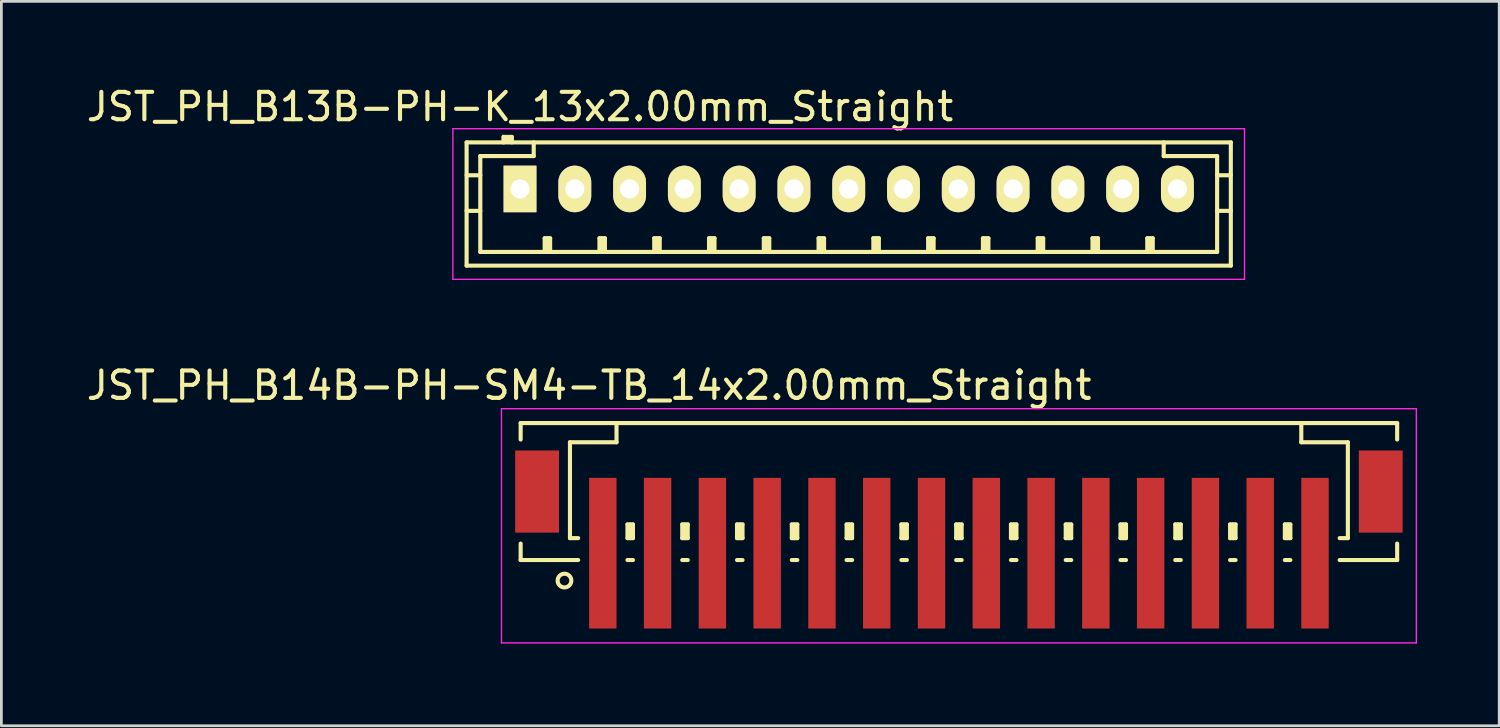
<source format=kicad_pcb>
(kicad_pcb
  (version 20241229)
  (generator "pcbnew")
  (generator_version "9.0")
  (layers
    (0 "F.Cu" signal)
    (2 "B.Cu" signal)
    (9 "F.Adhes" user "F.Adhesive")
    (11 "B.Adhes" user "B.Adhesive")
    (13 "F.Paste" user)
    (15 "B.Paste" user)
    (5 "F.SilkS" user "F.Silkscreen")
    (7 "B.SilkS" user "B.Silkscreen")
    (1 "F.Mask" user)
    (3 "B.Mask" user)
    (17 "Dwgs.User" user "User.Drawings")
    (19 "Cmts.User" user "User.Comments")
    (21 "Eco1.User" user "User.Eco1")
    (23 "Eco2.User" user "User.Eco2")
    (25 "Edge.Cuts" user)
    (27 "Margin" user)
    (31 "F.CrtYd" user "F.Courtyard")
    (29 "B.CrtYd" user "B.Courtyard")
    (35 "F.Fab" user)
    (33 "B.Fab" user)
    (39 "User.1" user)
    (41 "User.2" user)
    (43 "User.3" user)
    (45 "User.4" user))
  (footprint "JST_PH_B14B-PH-SM4-TB_14x2.00mm_Straight"
    (layer "F.Cu")
    (at 31.958 16.021)
    (property "Reference" "JST_PH_B14B-PH-SM4-TB_14x2.00mm_Straight" (at -13.5 -5 0) (layer "F.SilkS") (effects (font (size 1 1) (thickness 0.15))))
    (attr smd)
    (fp_line (start -16 -3.625) (end 16 -3.625) (stroke (width 0.15) (type solid)) (layer "F.SilkS"))
    (fp_line (start -16 -3.025) (end -16 -3.625) (stroke (width 0.15) (type solid)) (layer "F.SilkS"))
    (fp_line (start -16 0.775) (end -16 1.375) (stroke (width 0.15) (type solid)) (layer "F.SilkS"))
    (fp_line (start -16 1.375) (end -13.9 1.375) (stroke (width 0.15) (type solid)) (layer "F.SilkS"))
    (fp_line (start -14.2 -2.925) (end -14.2 0.575) (stroke (width 0.15) (type solid)) (layer "F.SilkS"))
    (fp_line (start -14.2 0.575) (end -13.9 0.575) (stroke (width 0.15) (type solid)) (layer "F.SilkS"))
    (fp_line (start -12.5 -3.625) (end -12.5 -2.925) (stroke (width 0.15) (type solid)) (layer "F.SilkS"))
    (fp_line (start -12.5 -2.925) (end -14.2 -2.925) (stroke (width 0.15) (type solid)) (layer "F.SilkS"))
    (fp_line (start -12.1 0.075) (end -11.9 0.075) (stroke (width 0.15) (type solid)) (layer "F.SilkS"))
    (fp_line (start -12.1 0.575) (end -12.1 0.075) (stroke (width 0.15) (type solid)) (layer "F.SilkS"))
    (fp_line (start -12.1 0.575) (end -11.9 0.575) (stroke (width 0.15) (type solid)) (layer "F.SilkS"))
    (fp_line (start -12.1 1.375) (end -11.9 1.375) (stroke (width 0.15) (type solid)) (layer "F.SilkS"))
    (fp_line (start -12 0.575) (end -12 0.075) (stroke (width 0.15) (type solid)) (layer "F.SilkS"))
    (fp_line (start -11.9 0.075) (end -11.9 0.575) (stroke (width 0.15) (type solid)) (layer "F.SilkS"))
    (fp_line (start -10.1 0.075) (end -9.9 0.075) (stroke (width 0.15) (type solid)) (layer "F.SilkS"))
    (fp_line (start -10.1 0.575) (end -10.1 0.075) (stroke (width 0.15) (type solid)) (layer "F.SilkS"))
    (fp_line (start -10.1 0.575) (end -9.9 0.575) (stroke (width 0.15) (type solid)) (layer "F.SilkS"))
    (fp_line (start -10.1 1.375) (end -9.9 1.375) (stroke (width 0.15) (type solid)) (layer "F.SilkS"))
    (fp_line (start -10 0.575) (end -10 0.075) (stroke (width 0.15) (type solid)) (layer "F.SilkS"))
    (fp_line (start -9.9 0.075) (end -9.9 0.575) (stroke (width 0.15) (type solid)) (layer "F.SilkS"))
    (fp_line (start -8.1 0.075) (end -7.9 0.075) (stroke (width 0.15) (type solid)) (layer "F.SilkS"))
    (fp_line (start -8.1 0.575) (end -8.1 0.075) (stroke (width 0.15) (type solid)) (layer "F.SilkS"))
    (fp_line (start -8.1 0.575) (end -7.9 0.575) (stroke (width 0.15) (type solid)) (layer "F.SilkS"))
    (fp_line (start -8.1 1.375) (end -7.9 1.375) (stroke (width 0.15) (type solid)) (layer "F.SilkS"))
    (fp_line (start -8 0.575) (end -8 0.075) (stroke (width 0.15) (type solid)) (layer "F.SilkS"))
    (fp_line (start -7.9 0.075) (end -7.9 0.575) (stroke (width 0.15) (type solid)) (layer "F.SilkS"))
    (fp_line (start -6.1 0.075) (end -5.9 0.075) (stroke (width 0.15) (type solid)) (layer "F.SilkS"))
    (fp_line (start -6.1 0.575) (end -6.1 0.075) (stroke (width 0.15) (type solid)) (layer "F.SilkS"))
    (fp_line (start -6.1 0.575) (end -5.9 0.575) (stroke (width 0.15) (type solid)) (layer "F.SilkS"))
    (fp_line (start -6.1 1.375) (end -5.9 1.375) (stroke (width 0.15) (type solid)) (layer "F.SilkS"))
    (fp_line (start -6 0.575) (end -6 0.075) (stroke (width 0.15) (type solid)) (layer "F.SilkS"))
    (fp_line (start -5.9 0.075) (end -5.9 0.575) (stroke (width 0.15) (type solid)) (layer "F.SilkS"))
    (fp_line (start -4.1 0.075) (end -3.9 0.075) (stroke (width 0.15) (type solid)) (layer "F.SilkS"))
    (fp_line (start -4.1 0.575) (end -4.1 0.075) (stroke (width 0.15) (type solid)) (layer "F.SilkS"))
    (fp_line (start -4.1 0.575) (end -3.9 0.575) (stroke (width 0.15) (type solid)) (layer "F.SilkS"))
    (fp_line (start -4.1 1.375) (end -3.9 1.375) (stroke (width 0.15) (type solid)) (layer "F.SilkS"))
    (fp_line (start -4 0.575) (end -4 0.075) (stroke (width 0.15) (type solid)) (layer "F.SilkS"))
    (fp_line (start -3.9 0.075) (end -3.9 0.575) (stroke (width 0.15) (type solid)) (layer "F.SilkS"))
    (fp_line (start -2.1 0.075) (end -1.9 0.075) (stroke (width 0.15) (type solid)) (layer "F.SilkS"))
    (fp_line (start -2.1 0.575) (end -2.1 0.075) (stroke (width 0.15) (type solid)) (layer "F.SilkS"))
    (fp_line (start -2.1 0.575) (end -1.9 0.575) (stroke (width 0.15) (type solid)) (layer "F.SilkS"))
    (fp_line (start -2.1 1.375) (end -1.9 1.375) (stroke (width 0.15) (type solid)) (layer "F.SilkS"))
    (fp_line (start -2 0.575) (end -2 0.075) (stroke (width 0.15) (type solid)) (layer "F.SilkS"))
    (fp_line (start -1.9 0.075) (end -1.9 0.575) (stroke (width 0.15) (type solid)) (layer "F.SilkS"))
    (fp_line (start -0.1 0.075) (end 0.1 0.075) (stroke (width 0.15) (type solid)) (layer "F.SilkS"))
    (fp_line (start -0.1 0.575) (end -0.1 0.075) (stroke (width 0.15) (type solid)) (layer "F.SilkS"))
    (fp_line (start -0.1 0.575) (end 0.1 0.575) (stroke (width 0.15) (type solid)) (layer "F.SilkS"))
    (fp_line (start -0.1 1.375) (end 0.1 1.375) (stroke (width 0.15) (type solid)) (layer "F.SilkS"))
    (fp_line (start 0 0.575) (end 0 0.075) (stroke (width 0.15) (type solid)) (layer "F.SilkS"))
    (fp_line (start 0.1 0.075) (end 0.1 0.575) (stroke (width 0.15) (type solid)) (layer "F.SilkS"))
    (fp_line (start 1.9 0.075) (end 2.1 0.075) (stroke (width 0.15) (type solid)) (layer "F.SilkS"))
    (fp_line (start 1.9 0.575) (end 1.9 0.075) (stroke (width 0.15) (type solid)) (layer "F.SilkS"))
    (fp_line (start 1.9 0.575) (end 2.1 0.575) (stroke (width 0.15) (type solid)) (layer "F.SilkS"))
    (fp_line (start 1.9 1.375) (end 2.1 1.375) (stroke (width 0.15) (type solid)) (layer "F.SilkS"))
    (fp_line (start 2 0.575) (end 2 0.075) (stroke (width 0.15) (type solid)) (layer "F.SilkS"))
    (fp_line (start 2.1 0.075) (end 2.1 0.575) (stroke (width 0.15) (type solid)) (layer "F.SilkS"))
    (fp_line (start 3.9 0.075) (end 4.1 0.075) (stroke (width 0.15) (type solid)) (layer "F.SilkS"))
    (fp_line (start 3.9 0.575) (end 3.9 0.075) (stroke (width 0.15) (type solid)) (layer "F.SilkS"))
    (fp_line (start 3.9 0.575) (end 4.1 0.575) (stroke (width 0.15) (type solid)) (layer "F.SilkS"))
    (fp_line (start 3.9 1.375) (end 4.1 1.375) (stroke (width 0.15) (type solid)) (layer "F.SilkS"))
    (fp_line (start 4 0.575) (end 4 0.075) (stroke (width 0.15) (type solid)) (layer "F.SilkS"))
    (fp_line (start 4.1 0.075) (end 4.1 0.575) (stroke (width 0.15) (type solid)) (layer "F.SilkS"))
    (fp_line (start 5.9 0.075) (end 6.1 0.075) (stroke (width 0.15) (type solid)) (layer "F.SilkS"))
    (fp_line (start 5.9 0.575) (end 5.9 0.075) (stroke (width 0.15) (type solid)) (layer "F.SilkS"))
    (fp_line (start 5.9 0.575) (end 6.1 0.575) (stroke (width 0.15) (type solid)) (layer "F.SilkS"))
    (fp_line (start 5.9 1.375) (end 6.1 1.375) (stroke (width 0.15) (type solid)) (layer "F.SilkS"))
    (fp_line (start 6 0.575) (end 6 0.075) (stroke (width 0.15) (type solid)) (layer "F.SilkS"))
    (fp_line (start 6.1 0.075) (end 6.1 0.575) (stroke (width 0.15) (type solid)) (layer "F.SilkS"))
    (fp_line (start 7.9 0.075) (end 8.1 0.075) (stroke (width 0.15) (type solid)) (layer "F.SilkS"))
    (fp_line (start 7.9 0.575) (end 7.9 0.075) (stroke (width 0.15) (type solid)) (layer "F.SilkS"))
    (fp_line (start 7.9 0.575) (end 8.1 0.575) (stroke (width 0.15) (type solid)) (layer "F.SilkS"))
    (fp_line (start 7.9 1.375) (end 8.1 1.375) (stroke (width 0.15) (type solid)) (layer "F.SilkS"))
    (fp_line (start 8 0.575) (end 8 0.075) (stroke (width 0.15) (type solid)) (layer "F.SilkS"))
    (fp_line (start 8.1 0.075) (end 8.1 0.575) (stroke (width 0.15) (type solid)) (layer "F.SilkS"))
    (fp_line (start 9.9 0.075) (end 10.1 0.075) (stroke (width 0.15) (type solid)) (layer "F.SilkS"))
    (fp_line (start 9.9 0.575) (end 9.9 0.075) (stroke (width 0.15) (type solid)) (layer "F.SilkS"))
    (fp_line (start 9.9 0.575) (end 10.1 0.575) (stroke (width 0.15) (type solid)) (layer "F.SilkS"))
    (fp_line (start 9.9 1.375) (end 10.1 1.375) (stroke (width 0.15) (type solid)) (layer "F.SilkS"))
    (fp_line (start 10 0.575) (end 10 0.075) (stroke (width 0.15) (type solid)) (layer "F.SilkS"))
    (fp_line (start 10.1 0.075) (end 10.1 0.575) (stroke (width 0.15) (type solid)) (layer "F.SilkS"))
    (fp_line (start 11.9 0.075) (end 12.1 0.075) (stroke (width 0.15) (type solid)) (layer "F.SilkS"))
    (fp_line (start 11.9 0.575) (end 11.9 0.075) (stroke (width 0.15) (type solid)) (layer "F.SilkS"))
    (fp_line (start 11.9 0.575) (end 12.1 0.575) (stroke (width 0.15) (type solid)) (layer "F.SilkS"))
    (fp_line (start 11.9 1.375) (end 12.1 1.375) (stroke (width 0.15) (type solid)) (layer "F.SilkS"))
    (fp_line (start 12 0.575) (end 12 0.075) (stroke (width 0.15) (type solid)) (layer "F.SilkS"))
    (fp_line (start 12.1 0.075) (end 12.1 0.575) (stroke (width 0.15) (type solid)) (layer "F.SilkS"))
    (fp_line (start 12.5 -3.625) (end 12.5 -2.925) (stroke (width 0.15) (type solid)) (layer "F.SilkS"))
    (fp_line (start 12.5 -2.925) (end 14.2 -2.925) (stroke (width 0.15) (type solid)) (layer "F.SilkS"))
    (fp_line (start 14.2 -2.925) (end 14.2 0.575) (stroke (width 0.15) (type solid)) (layer "F.SilkS"))
    (fp_line (start 14.2 0.575) (end 13.9 0.575) (stroke (width 0.15) (type solid)) (layer "F.SilkS"))
    (fp_line (start 16 -3.625) (end 16 -3.025) (stroke (width 0.15) (type solid)) (layer "F.SilkS"))
    (fp_line (start 16 0.775) (end 16 1.375) (stroke (width 0.15) (type solid)) (layer "F.SilkS"))
    (fp_line (start 16 1.375) (end 13.9 1.375) (stroke (width 0.15) (type solid)) (layer "F.SilkS"))
    (fp_circle (center -14.4 2.125) (end -14.15 2.125) (stroke (width 0.15) (type solid)) (fill no) (layer "F.SilkS"))
    (fp_line (start -16.7 -4.15) (end 16.7 -4.15) (stroke (width 0.05) (type solid)) (layer "F.CrtYd"))
    (fp_line (start -16.7 4.4) (end -16.7 -4.15) (stroke (width 0.05) (type solid)) (layer "F.CrtYd"))
    (fp_line (start 16.7 -4.15) (end 16.7 4.4) (stroke (width 0.05) (type solid)) (layer "F.CrtYd"))
    (fp_line (start 16.7 4.4) (end -16.7 4.4) (stroke (width 0.05) (type solid)) (layer "F.CrtYd"))
    (pad "" smd rect (at -15.4 -1.125) (size 1.6 3) (layers "F.Cu" "F.Mask" "F.Paste"))
    (pad "" smd rect (at 15.4 -1.125) (size 1.6 3) (layers "F.Cu" "F.Mask" "F.Paste"))
    (pad "1" smd rect (at -13 1.125) (size 1 5.5) (layers "F.Cu" "F.Mask" "F.Paste"))
    (pad "2" smd rect (at -11 1.125) (size 1 5.5) (layers "F.Cu" "F.Mask" "F.Paste"))
    (pad "3" smd rect (at -9 1.125) (size 1 5.5) (layers "F.Cu" "F.Mask" "F.Paste"))
    (pad "4" smd rect (at -7 1.125) (size 1 5.5) (layers "F.Cu" "F.Mask" "F.Paste"))
    (pad "5" smd rect (at -5 1.125) (size 1 5.5) (layers "F.Cu" "F.Mask" "F.Paste"))
    (pad "6" smd rect (at -3 1.125) (size 1 5.5) (layers "F.Cu" "F.Mask" "F.Paste"))
    (pad "7" smd rect (at -1 1.125) (size 1 5.5) (layers "F.Cu" "F.Mask" "F.Paste"))
    (pad "8" smd rect (at 1 1.125) (size 1 5.5) (layers "F.Cu" "F.Mask" "F.Paste"))
    (pad "9" smd rect (at 3 1.125) (size 1 5.5) (layers "F.Cu" "F.Mask" "F.Paste"))
    (pad "10" smd rect (at 5 1.125) (size 1 5.5) (layers "F.Cu" "F.Mask" "F.Paste"))
    (pad "11" smd rect (at 7 1.125) (size 1 5.5) (layers "F.Cu" "F.Mask" "F.Paste"))
    (pad "12" smd rect (at 9 1.125) (size 1 5.5) (layers "F.Cu" "F.Mask" "F.Paste"))
    (pad "13" smd rect (at 11 1.125) (size 1 5.5) (layers "F.Cu" "F.Mask" "F.Paste"))
    (pad "14" smd rect (at 13 1.125) (size 1 5.5) (layers "F.Cu" "F.Mask" "F.Paste")))
  (footprint "JST_PH_B13B-PH-K_13x2.00mm_Straight"
    (layer "F.Cu")
    (at 15.935 3.848)
    (property "Reference" "JST_PH_B13B-PH-K_13x2.00mm_Straight" (at 0 -3 0) (layer "F.SilkS") (effects (font (size 1 1) (thickness 0.15))))
    (attr through_hole)
    (fp_line (start -1.95 -1.7) (end 25.95 -1.7) (stroke (width 0.15) (type solid)) (layer "F.SilkS"))
    (fp_line (start -1.95 -0.5) (end -1.45 -0.5) (stroke (width 0.15) (type solid)) (layer "F.SilkS"))
    (fp_line (start -1.95 0.8) (end -1.45 0.8) (stroke (width 0.15) (type solid)) (layer "F.SilkS"))
    (fp_line (start -1.95 2.8) (end -1.95 -1.7) (stroke (width 0.15) (type solid)) (layer "F.SilkS"))
    (fp_line (start -1.45 -1.2) (end -1.45 2.3) (stroke (width 0.15) (type solid)) (layer "F.SilkS"))
    (fp_line (start -1.45 2.3) (end 25.45 2.3) (stroke (width 0.15) (type solid)) (layer "F.SilkS"))
    (fp_line (start -0.6 -1.9) (end -0.6 -1.7) (stroke (width 0.15) (type solid)) (layer "F.SilkS"))
    (fp_line (start -0.3 -1.9) (end -0.6 -1.9) (stroke (width 0.15) (type solid)) (layer "F.SilkS"))
    (fp_line (start -0.3 -1.8) (end -0.6 -1.8) (stroke (width 0.15) (type solid)) (layer "F.SilkS"))
    (fp_line (start -0.3 -1.7) (end -0.3 -1.9) (stroke (width 0.15) (type solid)) (layer "F.SilkS"))
    (fp_line (start 0.5 -1.7) (end 0.5 -1.2) (stroke (width 0.15) (type solid)) (layer "F.SilkS"))
    (fp_line (start 0.5 -1.2) (end -1.45 -1.2) (stroke (width 0.15) (type solid)) (layer "F.SilkS"))
    (fp_line (start 0.9 1.8) (end 1.1 1.8) (stroke (width 0.15) (type solid)) (layer "F.SilkS"))
    (fp_line (start 0.9 2.3) (end 0.9 1.8) (stroke (width 0.15) (type solid)) (layer "F.SilkS"))
    (fp_line (start 1 2.3) (end 1 1.8) (stroke (width 0.15) (type solid)) (layer "F.SilkS"))
    (fp_line (start 1.1 1.8) (end 1.1 2.3) (stroke (width 0.15) (type solid)) (layer "F.SilkS"))
    (fp_line (start 2.9 1.8) (end 3.1 1.8) (stroke (width 0.15) (type solid)) (layer "F.SilkS"))
    (fp_line (start 2.9 2.3) (end 2.9 1.8) (stroke (width 0.15) (type solid)) (layer "F.SilkS"))
    (fp_line (start 3 2.3) (end 3 1.8) (stroke (width 0.15) (type solid)) (layer "F.SilkS"))
    (fp_line (start 3.1 1.8) (end 3.1 2.3) (stroke (width 0.15) (type solid)) (layer "F.SilkS"))
    (fp_line (start 4.9 1.8) (end 5.1 1.8) (stroke (width 0.15) (type solid)) (layer "F.SilkS"))
    (fp_line (start 4.9 2.3) (end 4.9 1.8) (stroke (width 0.15) (type solid)) (layer "F.SilkS"))
    (fp_line (start 5 2.3) (end 5 1.8) (stroke (width 0.15) (type solid)) (layer "F.SilkS"))
    (fp_line (start 5.1 1.8) (end 5.1 2.3) (stroke (width 0.15) (type solid)) (layer "F.SilkS"))
    (fp_line (start 6.9 1.8) (end 7.1 1.8) (stroke (width 0.15) (type solid)) (layer "F.SilkS"))
    (fp_line (start 6.9 2.3) (end 6.9 1.8) (stroke (width 0.15) (type solid)) (layer "F.SilkS"))
    (fp_line (start 7 2.3) (end 7 1.8) (stroke (width 0.15) (type solid)) (layer "F.SilkS"))
    (fp_line (start 7.1 1.8) (end 7.1 2.3) (stroke (width 0.15) (type solid)) (layer "F.SilkS"))
    (fp_line (start 8.9 1.8) (end 9.1 1.8) (stroke (width 0.15) (type solid)) (layer "F.SilkS"))
    (fp_line (start 8.9 2.3) (end 8.9 1.8) (stroke (width 0.15) (type solid)) (layer "F.SilkS"))
    (fp_line (start 9 2.3) (end 9 1.8) (stroke (width 0.15) (type solid)) (layer "F.SilkS"))
    (fp_line (start 9.1 1.8) (end 9.1 2.3) (stroke (width 0.15) (type solid)) (layer "F.SilkS"))
    (fp_line (start 10.9 1.8) (end 11.1 1.8) (stroke (width 0.15) (type solid)) (layer "F.SilkS"))
    (fp_line (start 10.9 2.3) (end 10.9 1.8) (stroke (width 0.15) (type solid)) (layer "F.SilkS"))
    (fp_line (start 11 2.3) (end 11 1.8) (stroke (width 0.15) (type solid)) (layer "F.SilkS"))
    (fp_line (start 11.1 1.8) (end 11.1 2.3) (stroke (width 0.15) (type solid)) (layer "F.SilkS"))
    (fp_line (start 12.9 1.8) (end 13.1 1.8) (stroke (width 0.15) (type solid)) (layer "F.SilkS"))
    (fp_line (start 12.9 2.3) (end 12.9 1.8) (stroke (width 0.15) (type solid)) (layer "F.SilkS"))
    (fp_line (start 13 2.3) (end 13 1.8) (stroke (width 0.15) (type solid)) (layer "F.SilkS"))
    (fp_line (start 13.1 1.8) (end 13.1 2.3) (stroke (width 0.15) (type solid)) (layer "F.SilkS"))
    (fp_line (start 14.9 1.8) (end 15.1 1.8) (stroke (width 0.15) (type solid)) (layer "F.SilkS"))
    (fp_line (start 14.9 2.3) (end 14.9 1.8) (stroke (width 0.15) (type solid)) (layer "F.SilkS"))
    (fp_line (start 15 2.3) (end 15 1.8) (stroke (width 0.15) (type solid)) (layer "F.SilkS"))
    (fp_line (start 15.1 1.8) (end 15.1 2.3) (stroke (width 0.15) (type solid)) (layer "F.SilkS"))
    (fp_line (start 16.9 1.8) (end 17.1 1.8) (stroke (width 0.15) (type solid)) (layer "F.SilkS"))
    (fp_line (start 16.9 2.3) (end 16.9 1.8) (stroke (width 0.15) (type solid)) (layer "F.SilkS"))
    (fp_line (start 17 2.3) (end 17 1.8) (stroke (width 0.15) (type solid)) (layer "F.SilkS"))
    (fp_line (start 17.1 1.8) (end 17.1 2.3) (stroke (width 0.15) (type solid)) (layer "F.SilkS"))
    (fp_line (start 18.9 1.8) (end 19.1 1.8) (stroke (width 0.15) (type solid)) (layer "F.SilkS"))
    (fp_line (start 18.9 2.3) (end 18.9 1.8) (stroke (width 0.15) (type solid)) (layer "F.SilkS"))
    (fp_line (start 19 2.3) (end 19 1.8) (stroke (width 0.15) (type solid)) (layer "F.SilkS"))
    (fp_line (start 19.1 1.8) (end 19.1 2.3) (stroke (width 0.15) (type solid)) (layer "F.SilkS"))
    (fp_line (start 20.9 1.8) (end 21.1 1.8) (stroke (width 0.15) (type solid)) (layer "F.SilkS"))
    (fp_line (start 20.9 2.3) (end 20.9 1.8) (stroke (width 0.15) (type solid)) (layer "F.SilkS"))
    (fp_line (start 21 2.3) (end 21 1.8) (stroke (width 0.15) (type solid)) (layer "F.SilkS"))
    (fp_line (start 21.1 1.8) (end 21.1 2.3) (stroke (width 0.15) (type solid)) (layer "F.SilkS"))
    (fp_line (start 22.9 1.8) (end 23.1 1.8) (stroke (width 0.15) (type solid)) (layer "F.SilkS"))
    (fp_line (start 22.9 2.3) (end 22.9 1.8) (stroke (width 0.15) (type solid)) (layer "F.SilkS"))
    (fp_line (start 23 2.3) (end 23 1.8) (stroke (width 0.15) (type solid)) (layer "F.SilkS"))
    (fp_line (start 23.1 1.8) (end 23.1 2.3) (stroke (width 0.15) (type solid)) (layer "F.SilkS"))
    (fp_line (start 23.5 -1.2) (end 23.5 -1.7) (stroke (width 0.15) (type solid)) (layer "F.SilkS"))
    (fp_line (start 25.45 -1.2) (end 23.5 -1.2) (stroke (width 0.15) (type solid)) (layer "F.SilkS"))
    (fp_line (start 25.45 -0.5) (end 25.95 -0.5) (stroke (width 0.15) (type solid)) (layer "F.SilkS"))
    (fp_line (start 25.45 0.8) (end 25.95 0.8) (stroke (width 0.15) (type solid)) (layer "F.SilkS"))
    (fp_line (start 25.45 2.3) (end 25.45 -1.2) (stroke (width 0.15) (type solid)) (layer "F.SilkS"))
    (fp_line (start 25.95 -1.7) (end 25.95 2.8) (stroke (width 0.15) (type solid)) (layer "F.SilkS"))
    (fp_line (start 25.95 2.8) (end -1.95 2.8) (stroke (width 0.15) (type solid)) (layer "F.SilkS"))
    (fp_line (start -2.45 -2.2) (end 26.45 -2.2) (stroke (width 0.05) (type solid)) (layer "F.CrtYd"))
    (fp_line (start -2.45 3.3) (end -2.45 -2.2) (stroke (width 0.05) (type solid)) (layer "F.CrtYd"))
    (fp_line (start 26.45 -2.2) (end 26.45 3.3) (stroke (width 0.05) (type solid)) (layer "F.CrtYd"))
    (fp_line (start 26.45 3.3) (end -2.45 3.3) (stroke (width 0.05) (type solid)) (layer "F.CrtYd"))
    (pad "1" thru_hole rect (at 0 0) (size 1.2 1.7) (drill 0.7) (layers "*.Cu" "*.Mask" "F.SilkS"))
    (pad "2" thru_hole oval (at 2 0) (size 1.2 1.7) (drill 0.7) (layers "*.Cu" "*.Mask" "F.SilkS"))
    (pad "3" thru_hole oval (at 4 0) (size 1.2 1.7) (drill 0.7) (layers "*.Cu" "*.Mask" "F.SilkS"))
    (pad "4" thru_hole oval (at 6 0) (size 1.2 1.7) (drill 0.7) (layers "*.Cu" "*.Mask" "F.SilkS"))
    (pad "5" thru_hole oval (at 8 0) (size 1.2 1.7) (drill 0.7) (layers "*.Cu" "*.Mask" "F.SilkS"))
    (pad "6" thru_hole oval (at 10 0) (size 1.2 1.7) (drill 0.7) (layers "*.Cu" "*.Mask" "F.SilkS"))
    (pad "7" thru_hole oval (at 12 0) (size 1.2 1.7) (drill 0.7) (layers "*.Cu" "*.Mask" "F.SilkS"))
    (pad "8" thru_hole oval (at 14 0) (size 1.2 1.7) (drill 0.7) (layers "*.Cu" "*.Mask" "F.SilkS"))
    (pad "9" thru_hole oval (at 16 0) (size 1.2 1.7) (drill 0.7) (layers "*.Cu" "*.Mask" "F.SilkS"))
    (pad "10" thru_hole oval (at 18 0) (size 1.2 1.7) (drill 0.7) (layers "*.Cu" "*.Mask" "F.SilkS"))
    (pad "11" thru_hole oval (at 20 0) (size 1.2 1.7) (drill 0.7) (layers "*.Cu" "*.Mask" "F.SilkS"))
    (pad "12" thru_hole oval (at 22 0) (size 1.2 1.7) (drill 0.7) (layers "*.Cu" "*.Mask" "F.SilkS"))
    (pad "13" thru_hole oval (at 24 0) (size 1.2 1.7) (drill 0.7) (layers "*.Cu" "*.Mask" "F.SilkS")))
  (gr_rect
    (start -3 -3)
    (end 51.683 23.447)
    (stroke (width 0.1) (type default))
    (fill no)
    (layer "Edge.Cuts")))
</source>
